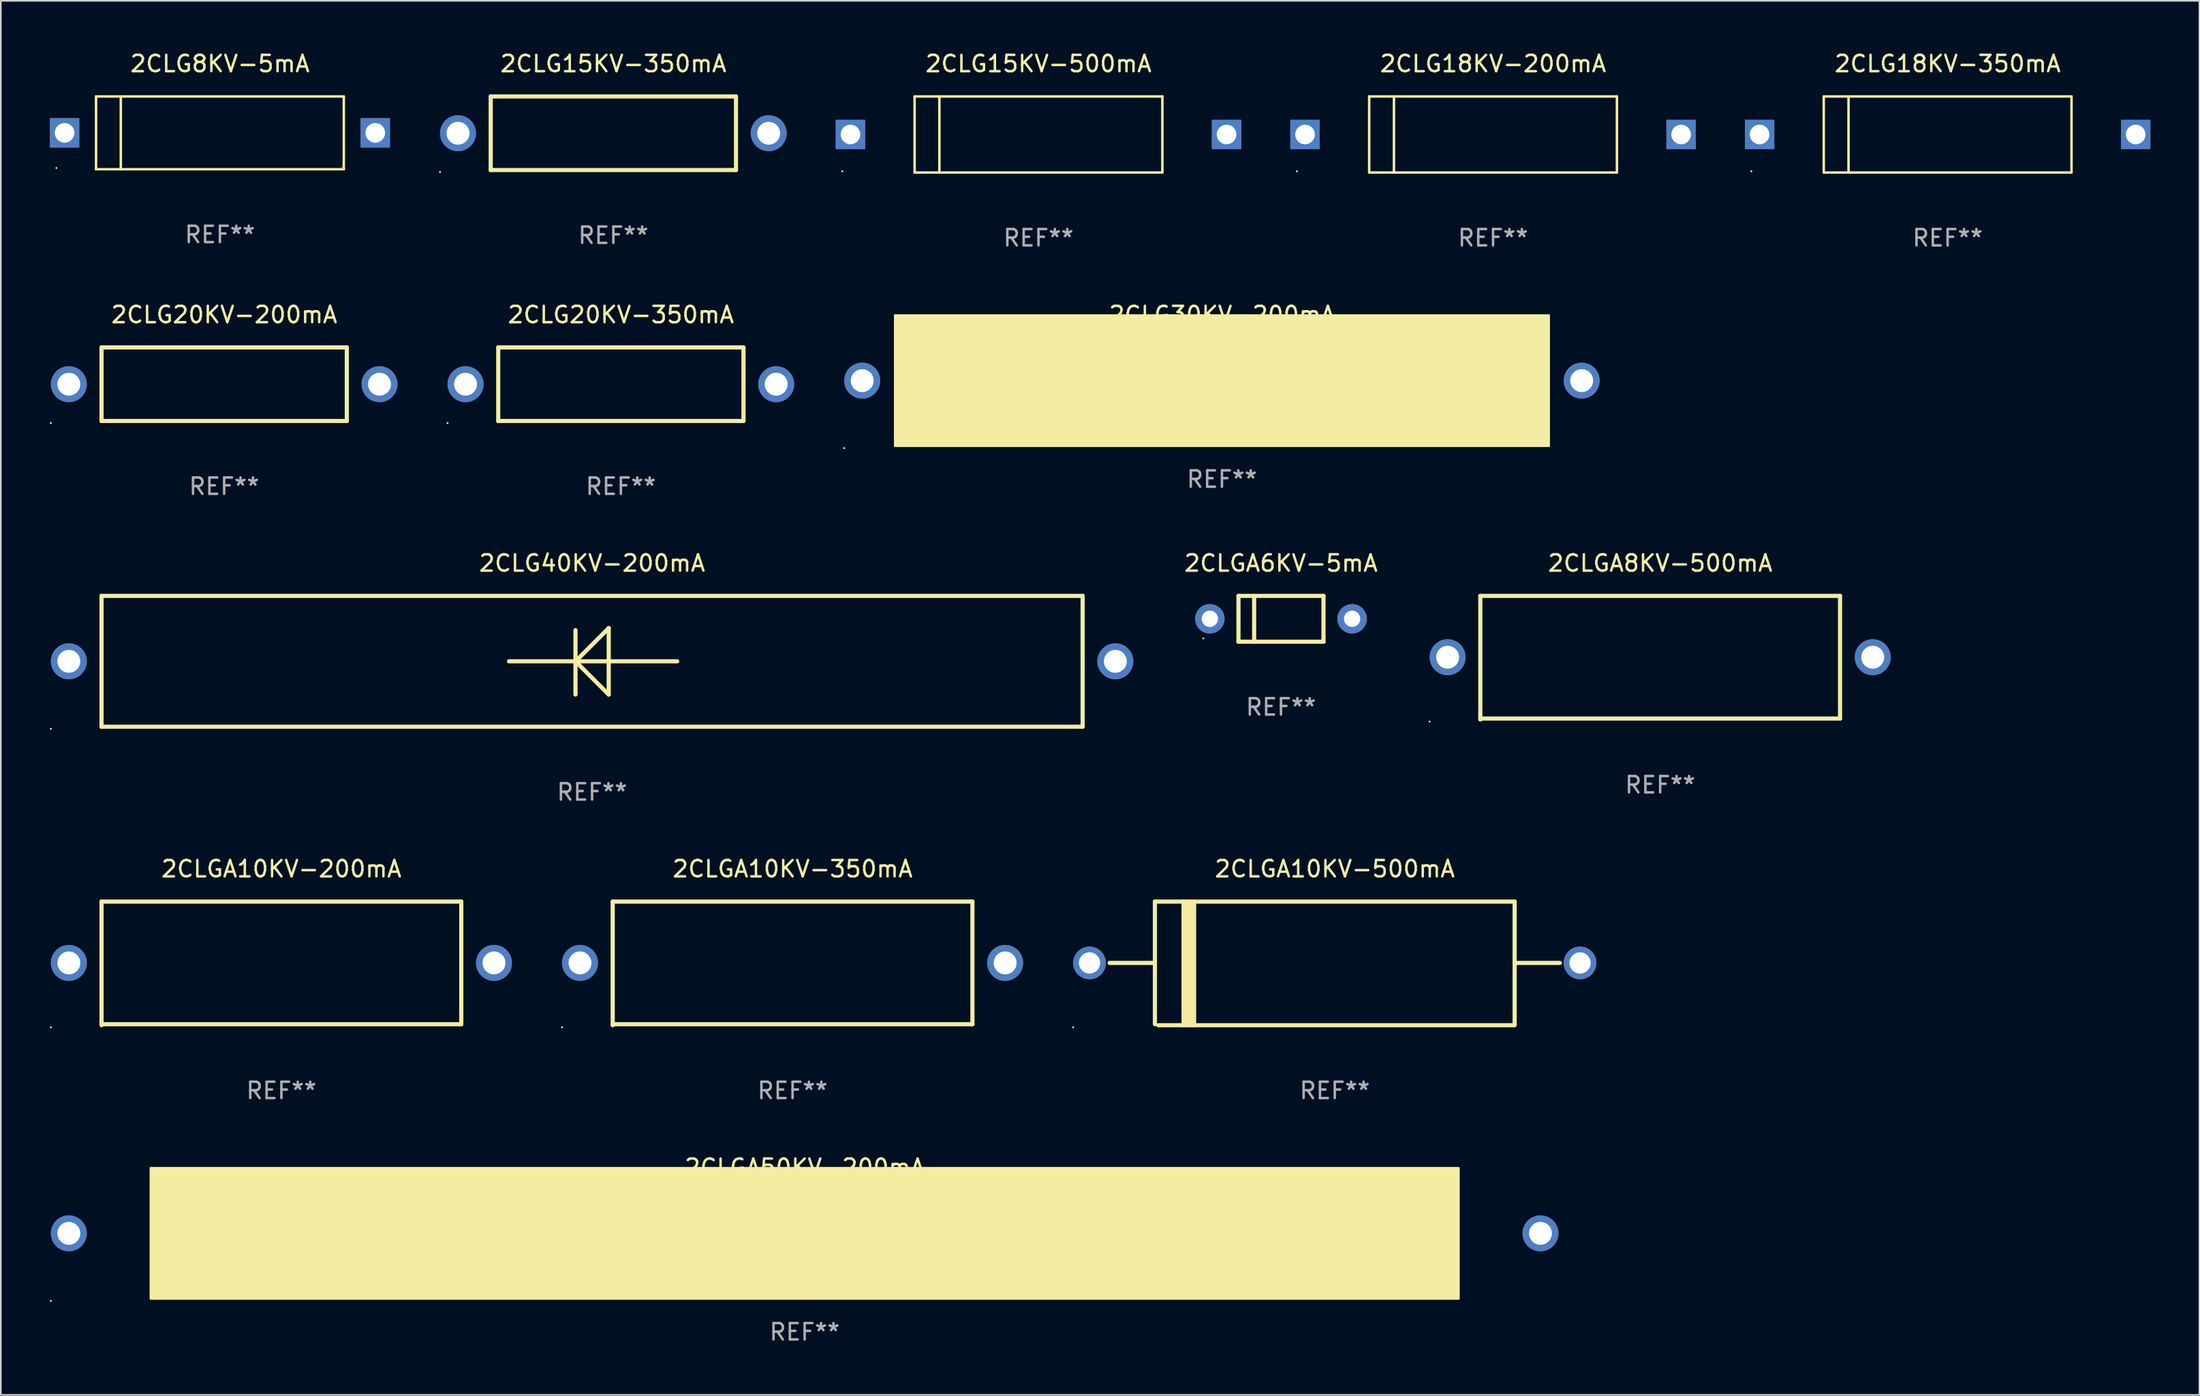
<source format=kicad_pcb>
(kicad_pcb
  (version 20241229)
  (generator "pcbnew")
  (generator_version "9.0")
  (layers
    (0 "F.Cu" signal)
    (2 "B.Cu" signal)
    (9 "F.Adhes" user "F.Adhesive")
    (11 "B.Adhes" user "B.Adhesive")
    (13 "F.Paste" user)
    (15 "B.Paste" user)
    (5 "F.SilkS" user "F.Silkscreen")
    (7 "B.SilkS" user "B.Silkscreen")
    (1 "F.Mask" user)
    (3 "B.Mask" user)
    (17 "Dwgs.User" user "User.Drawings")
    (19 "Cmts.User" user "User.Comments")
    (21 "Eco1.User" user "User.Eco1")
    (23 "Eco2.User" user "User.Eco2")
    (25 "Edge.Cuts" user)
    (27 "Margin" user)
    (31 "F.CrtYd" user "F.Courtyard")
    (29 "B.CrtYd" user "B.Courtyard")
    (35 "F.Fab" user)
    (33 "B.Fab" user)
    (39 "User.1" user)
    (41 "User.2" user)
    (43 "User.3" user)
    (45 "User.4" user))
  (footprint "2CLG20KV-200mA"
    (layer "F.Cu")
    (at 10.66 20.447)
    (property "Reference" "2CLG20KV-200mA" (at 0 -4.25 0) (layer "F.SilkS") (effects (font (size 1 1) (thickness 0.15))))
    (attr through_hole)
    (fp_line (start -7.5 -2.25) (end -7.5 2.25) (stroke (width 0.254) (type solid)) (layer "F.SilkS"))
    (fp_line (start -7.5 -2.25) (end 7.5 -2.25) (stroke (width 0.254) (type solid)) (layer "F.SilkS"))
    (fp_line (start -7.5 2.25) (end 7.5 2.25) (stroke (width 0.254) (type solid)) (layer "F.SilkS"))
    (fp_line (start 7.5 -2.25) (end 7.5 2.25) (stroke (width 0.254) (type solid)) (layer "F.SilkS"))
    (fp_circle (center -10.6 2.377) (end -10.57 2.377) (stroke (width 0.06) (type solid)) (fill no) (layer "F.SilkS"))
    (fp_text user "REF**" (at 0 6.25 0) (layer "F.Fab") (effects (font (size 1 1) (thickness 0.15))))
    (pad "1" thru_hole circle (at -9.5 0) (size 2.2 2.2) (drill 1.4) (layers "*.Cu" "*.Mask"))
    (pad "2" thru_hole circle (at 9.5 0) (size 2.2 2.2) (drill 1.4) (layers "*.Cu" "*.Mask")))
  (footprint "2CLGA6KV-5mA"
    (layer "F.Cu")
    (at 75.29 34.794)
    (property "Reference" "2CLGA6KV-5mA" (at 0 -3.4 0) (layer "F.SilkS") (effects (font (size 1 1) (thickness 0.15))))
    (attr through_hole)
    (fp_line (start -2.6 -1.4) (end -2.6 1.4) (stroke (width 0.254) (type solid)) (layer "F.SilkS"))
    (fp_line (start -2.6 -1.4) (end 2.6 -1.4) (stroke (width 0.254) (type solid)) (layer "F.SilkS"))
    (fp_line (start -2.6 1.4) (end 2.6 1.4) (stroke (width 0.254) (type solid)) (layer "F.SilkS"))
    (fp_line (start -1.641 -1.4) (end -1.641 1.4) (stroke (width 0.254) (type solid)) (layer "F.SilkS"))
    (fp_line (start 2.6 -1.4) (end 2.6 1.4) (stroke (width 0.254) (type solid)) (layer "F.SilkS"))
    (fp_circle (center -4.75 1.2) (end -4.72 1.2) (stroke (width 0.06) (type solid)) (fill no) (layer "F.SilkS"))
    (fp_text user "REF**" (at 0 5.4 0) (layer "F.Fab") (effects (font (size 1 1) (thickness 0.15))))
    (pad "1" thru_hole circle (at -4.35 0) (size 1.8 1.8) (drill 1) (layers "*.Cu" "*.Mask"))
    (pad "2" thru_hole circle (at 4.35 0) (size 1.8 1.8) (drill 1) (layers "*.Cu" "*.Mask")))
  (footprint "2CLGA10KV-200mA"
    (layer "F.Cu")
    (at 14.16 55.87)
    (property "Reference" "2CLGA10KV-200mA" (at 0 -5.78 0) (layer "F.SilkS") (effects (font (size 1 1) (thickness 0.15))))
    (attr through_hole)
    (fp_line (start -11 -3.78) (end -11 3.78) (stroke (width 0.254) (type solid)) (layer "F.SilkS"))
    (fp_line (start -11 -3.78) (end 11 -3.78) (stroke (width 0.254) (type solid)) (layer "F.SilkS"))
    (fp_line (start -11 3.72) (end 11 3.72) (stroke (width 0.254) (type solid)) (layer "F.SilkS"))
    (fp_line (start 11 -3.78) (end 11 3.72) (stroke (width 0.254) (type solid)) (layer "F.SilkS"))
    (fp_circle (center -14.1 3.907) (end -14.07 3.907) (stroke (width 0.06) (type solid)) (fill no) (layer "F.SilkS"))
    (fp_text user "REF**" (at 0 7.78 0) (layer "F.Fab") (effects (font (size 1 1) (thickness 0.15))))
    (pad "1" thru_hole circle (at -13 -0.03) (size 2.2 2.2) (drill 1.4) (layers "*.Cu" "*.Mask"))
    (pad "2" thru_hole circle (at 13 -0.03) (size 2.2 2.2) (drill 1.4) (layers "*.Cu" "*.Mask")))
  (footprint "2CLG30KV-200mA"
    (layer "F.Cu")
    (at 71.68 20.229)
    (property "Reference" "2CLG30KV-200mA" (at 0 -4.032 0) (layer "F.SilkS") (effects (font (size 1 1) (thickness 0.15))))
    (attr through_hole)
    (fp_line (start -5.08 0) (end 5.207 0) (stroke (width 0.254) (type solid)) (layer "F.SilkS"))
    (fp_line (start -1.016 -1.905) (end -1.016 2.032) (stroke (width 0.254) (type solid)) (layer "F.SilkS"))
    (fp_line (start -1.012 0) (end 1.016 -2.028) (stroke (width 0.254) (type solid)) (layer "F.SilkS"))
    (fp_line (start 1.016 -2.032) (end 1.016 2.032) (stroke (width 0.254) (type solid)) (layer "F.SilkS"))
    (fp_line (start 1.016 -2.028) (end 1.016 -2.032) (stroke (width 0.254) (type solid)) (layer "F.SilkS"))
    (fp_line (start 1.016 2.032) (end -1.016 0) (stroke (width 0.254) (type solid)) (layer "F.SilkS"))
    (fp_circle (center -23.1 4.127) (end -23.07 4.127) (stroke (width 0.06) (type solid)) (fill no) (layer "F.SilkS"))
    (fp_poly (pts (xy -20 -4) (xy 20 -4) (xy 20 4) (xy -20 4)) (stroke (width 0.12) (type solid)) (fill yes) (layer "F.SilkS"))
    (fp_text user "REF**" (at 0 6.032 0) (layer "F.Fab") (effects (font (size 1 1) (thickness 0.15))))
    (pad "1" thru_hole circle (at -22 0) (size 2.2 2.2) (drill 1.4) (layers "*.Cu" "*.Mask"))
    (pad "2" thru_hole circle (at 22 0) (size 2.2 2.2) (drill 1.4) (layers "*.Cu" "*.Mask")))
  (footprint "2CLGA50KV-200mA"
    (layer "F.Cu")
    (at 46.16 72.379)
    (property "Reference" "2CLGA50KV-200mA" (at 0 -4.032 0) (layer "F.SilkS") (effects (font (size 1 1) (thickness 0.15))))
    (attr through_hole)
    (fp_line (start -5.08 0) (end 5.207 0) (stroke (width 0.254) (type solid)) (layer "F.SilkS"))
    (fp_line (start -1.016 -1.905) (end -1.016 2.032) (stroke (width 0.254) (type solid)) (layer "F.SilkS"))
    (fp_line (start -1.012 0) (end 1.016 -2.028) (stroke (width 0.254) (type solid)) (layer "F.SilkS"))
    (fp_line (start 1.016 -2.032) (end 1.016 2.032) (stroke (width 0.254) (type solid)) (layer "F.SilkS"))
    (fp_line (start 1.016 -2.028) (end 1.016 -2.032) (stroke (width 0.254) (type solid)) (layer "F.SilkS"))
    (fp_line (start 1.016 2.032) (end -1.016 0) (stroke (width 0.254) (type solid)) (layer "F.SilkS"))
    (fp_circle (center -46.1 4.127) (end -46.07 4.127) (stroke (width 0.06) (type solid)) (fill no) (layer "F.SilkS"))
    (fp_poly (pts (xy -40 -4) (xy 40 -4) (xy 40 4) (xy -40 4)) (stroke (width 0.12) (type solid)) (fill yes) (layer "F.SilkS"))
    (fp_text user "REF**" (at 0 6.032 0) (layer "F.Fab") (effects (font (size 1 1) (thickness 0.15))))
    (pad "1" thru_hole circle (at -45 0) (size 2.2 2.2) (drill 1.4) (layers "*.Cu" "*.Mask"))
    (pad "2" thru_hole circle (at 45 0) (size 2.2 2.2) (drill 1.4) (layers "*.Cu" "*.Mask")))
  (footprint "2CLGA8KV-500mA"
    (layer "F.Cu")
    (at 98.48 37.174)
    (property "Reference" "2CLGA8KV-500mA" (at 0 -5.78 0) (layer "F.SilkS") (effects (font (size 1 1) (thickness 0.15))))
    (attr through_hole)
    (fp_line (start -11 -3.78) (end -11 3.78) (stroke (width 0.254) (type solid)) (layer "F.SilkS"))
    (fp_line (start -11 -3.78) (end 11 -3.78) (stroke (width 0.254) (type solid)) (layer "F.SilkS"))
    (fp_line (start -11 3.72) (end 11 3.72) (stroke (width 0.254) (type solid)) (layer "F.SilkS"))
    (fp_line (start 11 -3.78) (end 11 3.72) (stroke (width 0.254) (type solid)) (layer "F.SilkS"))
    (fp_circle (center -14.1 3.907) (end -14.07 3.907) (stroke (width 0.06) (type solid)) (fill no) (layer "F.SilkS"))
    (fp_text user "REF**" (at 0 7.78 0) (layer "F.Fab") (effects (font (size 1 1) (thickness 0.15))))
    (pad "1" thru_hole circle (at -13 -0.03) (size 2.2 2.2) (drill 1.4) (layers "*.Cu" "*.Mask"))
    (pad "2" thru_hole circle (at 13 -0.03) (size 2.2 2.2) (drill 1.4) (layers "*.Cu" "*.Mask")))
  (footprint "2CLG15KV-500mA"
    (layer "F.Cu")
    (at 60.46 5.174)
    (property "Reference" "2CLG15KV-500mA" (at 0 -4.326 0) (layer "F.SilkS") (effects (font (size 1 1) (thickness 0.15))))
    (attr through_hole)
    (fp_line (start -7.576 -2.326) (end 7.576 -2.326) (stroke (width 0.152) (type solid)) (layer "F.SilkS"))
    (fp_line (start -7.576 2.326) (end -7.576 -2.326) (stroke (width 0.152) (type solid)) (layer "F.SilkS"))
    (fp_line (start -6.061 -2.326) (end -6.061 2.326) (stroke (width 0.152) (type solid)) (layer "F.SilkS"))
    (fp_line (start 7.576 -2.326) (end 7.576 2.326) (stroke (width 0.152) (type solid)) (layer "F.SilkS"))
    (fp_line (start 7.576 2.326) (end -7.576 2.326) (stroke (width 0.152) (type solid)) (layer "F.SilkS"))
    (fp_circle (center -12 2.25) (end -11.97 2.25) (stroke (width 0.06) (type solid)) (fill no) (layer "F.SilkS"))
    (fp_text user "REF**" (at 0 6.326 0) (layer "F.Fab") (effects (font (size 1 1) (thickness 0.15))))
    (pad "1" thru_hole rect (at -11.5 -0.000013) (size 1.8 1.8) (drill 1.2) (layers "*.Cu" "*.Mask"))
    (pad "2" thru_hole rect (at 11.5 -0.000013 180) (size 1.8 1.8) (drill 1.2) (layers "*.Cu" "*.Mask")))
  (footprint "2CLG40KV-200mA"
    (layer "F.Cu")
    (at 33.16 37.394)
    (property "Reference" "2CLG40KV-200mA" (at 0 -6 0) (layer "F.SilkS") (effects (font (size 1 1) (thickness 0.15))))
    (attr through_hole)
    (fp_line (start -30 -4) (end -30 4) (stroke (width 0.254) (type solid)) (layer "F.SilkS"))
    (fp_line (start -30 -4) (end 30 -4) (stroke (width 0.254) (type solid)) (layer "F.SilkS"))
    (fp_line (start -30 4) (end 30 4) (stroke (width 0.254) (type solid)) (layer "F.SilkS"))
    (fp_line (start -5.08 0) (end 5.207 0) (stroke (width 0.254) (type solid)) (layer "F.SilkS"))
    (fp_line (start -1.016 -1.905) (end -1.016 2.032) (stroke (width 0.254) (type solid)) (layer "F.SilkS"))
    (fp_line (start -1.012 0) (end 1.016 -2.028) (stroke (width 0.254) (type solid)) (layer "F.SilkS"))
    (fp_line (start 1.016 -2.032) (end 1.016 2.032) (stroke (width 0.254) (type solid)) (layer "F.SilkS"))
    (fp_line (start 1.016 -2.028) (end 1.016 -2.032) (stroke (width 0.254) (type solid)) (layer "F.SilkS"))
    (fp_line (start 1.016 2.032) (end -1.016 0) (stroke (width 0.254) (type solid)) (layer "F.SilkS"))
    (fp_line (start 30 -4) (end 30 4) (stroke (width 0.254) (type solid)) (layer "F.SilkS"))
    (fp_circle (center -33.1 4.127) (end -33.07 4.127) (stroke (width 0.06) (type solid)) (fill no) (layer "F.SilkS"))
    (fp_text user "REF**" (at 0 8 0) (layer "F.Fab") (effects (font (size 1 1) (thickness 0.15))))
    (pad "1" thru_hole circle (at -32 0) (size 2.2 2.2) (drill 1.4) (layers "*.Cu" "*.Mask"))
    (pad "2" thru_hole circle (at 32 0) (size 2.2 2.2) (drill 1.4) (layers "*.Cu" "*.Mask")))
  (footprint "2CLG18KV-350mA"
    (layer "F.Cu")
    (at 116.06 5.174)
    (property "Reference" "2CLG18KV-350mA" (at 0 -4.326 0) (layer "F.SilkS") (effects (font (size 1 1) (thickness 0.15))))
    (attr through_hole)
    (fp_line (start -7.576 -2.326) (end 7.576 -2.326) (stroke (width 0.152) (type solid)) (layer "F.SilkS"))
    (fp_line (start -7.576 2.326) (end -7.576 -2.326) (stroke (width 0.152) (type solid)) (layer "F.SilkS"))
    (fp_line (start -6.061 -2.326) (end -6.061 2.326) (stroke (width 0.152) (type solid)) (layer "F.SilkS"))
    (fp_line (start 7.576 -2.326) (end 7.576 2.326) (stroke (width 0.152) (type solid)) (layer "F.SilkS"))
    (fp_line (start 7.576 2.326) (end -7.576 2.326) (stroke (width 0.152) (type solid)) (layer "F.SilkS"))
    (fp_circle (center -12 2.25) (end -11.97 2.25) (stroke (width 0.06) (type solid)) (fill no) (layer "F.SilkS"))
    (fp_text user "REF**" (at 0 6.326 0) (layer "F.Fab") (effects (font (size 1 1) (thickness 0.15))))
    (pad "1" thru_hole rect (at -11.5 -0.000013) (size 1.8 1.8) (drill 1.2) (layers "*.Cu" "*.Mask"))
    (pad "2" thru_hole rect (at 11.5 -0.000013 180) (size 1.8 1.8) (drill 1.2) (layers "*.Cu" "*.Mask")))
  (footprint "2CLG20KV-350mA"
    (layer "F.Cu")
    (at 34.92 20.447)
    (property "Reference" "2CLG20KV-350mA" (at 0 -4.25 0) (layer "F.SilkS") (effects (font (size 1 1) (thickness 0.15))))
    (attr through_hole)
    (fp_line (start -7.5 -2.25) (end -7.5 2.25) (stroke (width 0.254) (type solid)) (layer "F.SilkS"))
    (fp_line (start -7.5 -2.25) (end 7.5 -2.25) (stroke (width 0.254) (type solid)) (layer "F.SilkS"))
    (fp_line (start -7.5 2.25) (end 7.5 2.25) (stroke (width 0.254) (type solid)) (layer "F.SilkS"))
    (fp_line (start 7.5 -2.25) (end 7.5 2.25) (stroke (width 0.254) (type solid)) (layer "F.SilkS"))
    (fp_circle (center -10.6 2.377) (end -10.57 2.377) (stroke (width 0.06) (type solid)) (fill no) (layer "F.SilkS"))
    (fp_text user "REF**" (at 0 6.25 0) (layer "F.Fab") (effects (font (size 1 1) (thickness 0.15))))
    (pad "1" thru_hole circle (at -9.5 0) (size 2.2 2.2) (drill 1.4) (layers "*.Cu" "*.Mask"))
    (pad "2" thru_hole circle (at 9.5 0) (size 2.2 2.2) (drill 1.4) (layers "*.Cu" "*.Mask")))
  (footprint "2CLGA10KV-350mA"
    (layer "F.Cu")
    (at 45.42 55.87)
    (property "Reference" "2CLGA10KV-350mA" (at 0 -5.78 0) (layer "F.SilkS") (effects (font (size 1 1) (thickness 0.15))))
    (attr through_hole)
    (fp_line (start -11 -3.78) (end -11 3.78) (stroke (width 0.254) (type solid)) (layer "F.SilkS"))
    (fp_line (start -11 -3.78) (end 11 -3.78) (stroke (width 0.254) (type solid)) (layer "F.SilkS"))
    (fp_line (start -11 3.72) (end 11 3.72) (stroke (width 0.254) (type solid)) (layer "F.SilkS"))
    (fp_line (start 11 -3.78) (end 11 3.72) (stroke (width 0.254) (type solid)) (layer "F.SilkS"))
    (fp_circle (center -14.1 3.907) (end -14.07 3.907) (stroke (width 0.06) (type solid)) (fill no) (layer "F.SilkS"))
    (fp_text user "REF**" (at 0 7.78 0) (layer "F.Fab") (effects (font (size 1 1) (thickness 0.15))))
    (pad "1" thru_hole circle (at -13 -0.03) (size 2.2 2.2) (drill 1.4) (layers "*.Cu" "*.Mask"))
    (pad "2" thru_hole circle (at 13 -0.03) (size 2.2 2.2) (drill 1.4) (layers "*.Cu" "*.Mask")))
  (footprint "2CLG8KV-5mA"
    (layer "F.Cu")
    (at 10.4 5.074)
    (property "Reference" "2CLG8KV-5mA" (at 0 -4.226 0) (layer "F.SilkS") (effects (font (size 1 1) (thickness 0.15))))
    (attr through_hole)
    (fp_line (start -7.576 -2.226) (end 7.576 -2.226) (stroke (width 0.152) (type solid)) (layer "F.SilkS"))
    (fp_line (start -7.576 2.226) (end -7.576 -2.226) (stroke (width 0.152) (type solid)) (layer "F.SilkS"))
    (fp_line (start -6.061 -2.226) (end -6.061 2.226) (stroke (width 0.152) (type solid)) (layer "F.SilkS"))
    (fp_line (start 7.576 -2.226) (end 7.576 2.226) (stroke (width 0.152) (type solid)) (layer "F.SilkS"))
    (fp_line (start 7.576 2.226) (end -7.576 2.226) (stroke (width 0.152) (type solid)) (layer "F.SilkS"))
    (fp_circle (center -10 2.15) (end -9.97 2.15) (stroke (width 0.06) (type solid)) (fill no) (layer "F.SilkS"))
    (fp_circle (center 7.5 2.15) (end 7.53 2.15) (stroke (width 0.06) (type solid)) (fill no) (layer "F.Fab"))
    (fp_text user "REF**" (at 0 6.226 0) (layer "F.Fab") (effects (font (size 1 1) (thickness 0.15))))
    (pad "1" thru_hole rect (at -9.5 -0.000013) (size 1.8 1.8) (drill 1.2) (layers "*.Cu" "*.Mask"))
    (pad "2" thru_hole rect (at 9.5 -0.000013 180) (size 1.8 1.8) (drill 1.2) (layers "*.Cu" "*.Mask")))
  (footprint "2CLG18KV-200mA"
    (layer "F.Cu")
    (at 88.26 5.174)
    (property "Reference" "2CLG18KV-200mA" (at 0 -4.326 0) (layer "F.SilkS") (effects (font (size 1 1) (thickness 0.15))))
    (attr through_hole)
    (fp_line (start -7.576 -2.326) (end 7.576 -2.326) (stroke (width 0.152) (type solid)) (layer "F.SilkS"))
    (fp_line (start -7.576 2.326) (end -7.576 -2.326) (stroke (width 0.152) (type solid)) (layer "F.SilkS"))
    (fp_line (start -6.061 -2.326) (end -6.061 2.326) (stroke (width 0.152) (type solid)) (layer "F.SilkS"))
    (fp_line (start 7.576 -2.326) (end 7.576 2.326) (stroke (width 0.152) (type solid)) (layer "F.SilkS"))
    (fp_line (start 7.576 2.326) (end -7.576 2.326) (stroke (width 0.152) (type solid)) (layer "F.SilkS"))
    (fp_circle (center -12 2.25) (end -11.97 2.25) (stroke (width 0.06) (type solid)) (fill no) (layer "F.SilkS"))
    (fp_text user "REF**" (at 0 6.326 0) (layer "F.Fab") (effects (font (size 1 1) (thickness 0.15))))
    (pad "1" thru_hole rect (at -11.5 -0.000013) (size 1.8 1.8) (drill 1.2) (layers "*.Cu" "*.Mask"))
    (pad "2" thru_hole rect (at 11.5 -0.000013 180) (size 1.8 1.8) (drill 1.2) (layers "*.Cu" "*.Mask")))
  (footprint "2CLG15KV-350mA"
    (layer "F.Cu")
    (at 34.46 5.098)
    (property "Reference" "2CLG15KV-350mA" (at 0 -4.25 0) (layer "F.SilkS") (effects (font (size 1 1) (thickness 0.15))))
    (attr through_hole)
    (fp_line (start -7.5 -2.25) (end -7.5 2.25) (stroke (width 0.254) (type solid)) (layer "F.SilkS"))
    (fp_line (start -7.5 -2.25) (end 7.5 -2.25) (stroke (width 0.254) (type solid)) (layer "F.SilkS"))
    (fp_line (start -7.5 2.25) (end 7.5 2.25) (stroke (width 0.254) (type solid)) (layer "F.SilkS"))
    (fp_line (start 7.5 -2.25) (end 7.5 2.25) (stroke (width 0.254) (type solid)) (layer "F.SilkS"))
    (fp_circle (center -10.6 2.377) (end -10.57 2.377) (stroke (width 0.06) (type solid)) (fill no) (layer "F.SilkS"))
    (fp_text user "REF**" (at 0 6.25 0) (layer "F.Fab") (effects (font (size 1 1) (thickness 0.15))))
    (pad "1" thru_hole circle (at -9.5 0) (size 2.2 2.2) (drill 1.4) (layers "*.Cu" "*.Mask"))
    (pad "2" thru_hole circle (at 9.5 0) (size 2.2 2.2) (drill 1.4) (layers "*.Cu" "*.Mask")))
  (footprint "2CLGA10KV-500mA"
    (layer "F.Cu")
    (at 78.58 55.87)
    (property "Reference" "2CLGA10KV-500mA" (at 0 -5.78 0) (layer "F.SilkS") (effects (font (size 1 1) (thickness 0.15))))
    (attr through_hole)
    (fp_line (start -13.769 -0.03) (end -11 -0.03) (stroke (width 0.254) (type solid)) (layer "F.SilkS"))
    (fp_line (start -11 -3.78) (end -11 3.72) (stroke (width 0.254) (type solid)) (layer "F.SilkS"))
    (fp_line (start -11 -3.78) (end 11 -3.78) (stroke (width 0.254) (type solid)) (layer "F.SilkS"))
    (fp_line (start -10.795 3.78) (end 11 3.78) (stroke (width 0.254) (type solid)) (layer "F.SilkS"))
    (fp_line (start -9.247 -3.78) (end -9.247 3.78) (stroke (width 0.254) (type solid)) (layer "F.SilkS"))
    (fp_line (start -9.044 -3.78) (end -9.044 3.78) (stroke (width 0.254) (type solid)) (layer "F.SilkS"))
    (fp_line (start -8.84 -3.78) (end -8.84 3.653) (stroke (width 0.254) (type solid)) (layer "F.SilkS"))
    (fp_line (start -8.603 -3.78) (end -8.603 3.78) (stroke (width 0.254) (type solid)) (layer "F.SilkS"))
    (fp_line (start 11 -3.78) (end 11 3.72) (stroke (width 0.254) (type solid)) (layer "F.SilkS"))
    (fp_line (start 13.769 -0.03) (end 11 -0.03) (stroke (width 0.254) (type solid)) (layer "F.SilkS"))
    (fp_circle (center -16 3.907) (end -15.97 3.907) (stroke (width 0.06) (type solid)) (fill no) (layer "F.SilkS"))
    (fp_text user "REF**" (at 0 7.78 0) (layer "F.Fab") (effects (font (size 1 1) (thickness 0.15))))
    (pad "1" thru_hole circle (at -15 -0.03) (size 2 2) (drill 1.3) (layers "*.Cu" "*.Mask"))
    (pad "2" thru_hole circle (at 15 -0.03) (size 2 2) (drill 1.3) (layers "*.Cu" "*.Mask")))
  (gr_rect
    (start -3 -3)
    (end 131.46 82.259)
    (stroke (width 0.1) (type default))
    (fill no)
    (layer "Edge.Cuts")))
</source>
